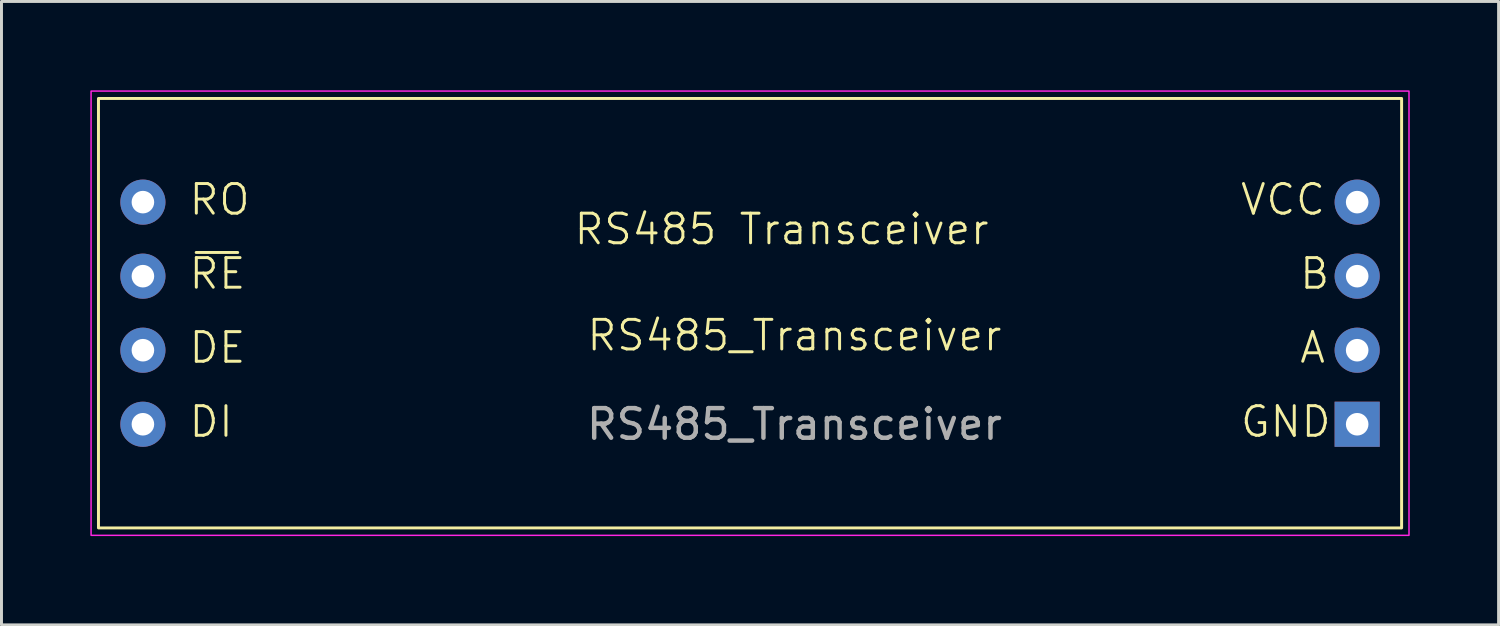
<source format=kicad_pcb>
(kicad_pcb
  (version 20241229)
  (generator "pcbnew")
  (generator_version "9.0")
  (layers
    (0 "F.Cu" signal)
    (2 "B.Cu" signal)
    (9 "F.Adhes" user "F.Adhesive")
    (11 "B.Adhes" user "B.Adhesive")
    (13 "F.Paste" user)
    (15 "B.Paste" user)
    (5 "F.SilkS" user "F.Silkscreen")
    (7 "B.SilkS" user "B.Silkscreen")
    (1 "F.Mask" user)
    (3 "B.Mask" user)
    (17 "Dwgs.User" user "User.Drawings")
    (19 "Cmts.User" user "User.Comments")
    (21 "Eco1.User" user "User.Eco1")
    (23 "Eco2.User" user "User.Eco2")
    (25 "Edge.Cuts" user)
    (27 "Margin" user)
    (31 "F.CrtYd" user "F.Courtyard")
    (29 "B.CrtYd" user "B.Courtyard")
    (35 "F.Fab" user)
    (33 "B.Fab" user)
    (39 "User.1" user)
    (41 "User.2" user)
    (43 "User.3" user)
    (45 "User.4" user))
  (footprint "RS485_Transceiver"
    (layer "F.Cu")
    (at 23.775 8.775)
    (property "Reference" "RS485_Transceiver" (at 0 -0.5 0) (unlocked yes) (layer "F.SilkS") (effects (font (size 1 1) (thickness 0.1))))
    (attr through_hole)
    (fp_line (start -20.2 -3.3) (end -18.8 -3.3) (stroke (width 0.1) (type default)) (layer "F.SilkS"))
    (fp_rect (start -23.5 -8.5) (end 20.5 6) (stroke (width 0.1) (type default)) (fill no) (layer "F.SilkS"))
    (fp_rect (start -23.75 -8.75) (end 20.75 6.25) (stroke (width 0.05) (type default)) (fill no) (layer "F.CrtYd"))
    (fp_text user "DI" (at -20.5 3 0) (unlocked yes) (layer "F.SilkS") (effects (font (size 1 1) (thickness 0.1)) (justify left bottom)))
    (fp_text user "RS485 Transceiver" (at -7.5 -3.5 0) (unlocked yes) (layer "F.SilkS") (effects (font (size 1 1) (thickness 0.1)) (justify left bottom)))
    (fp_text user "RE" (at -20.5 -2 0) (unlocked yes) (layer "F.SilkS") (effects (font (size 1 1) (thickness 0.1)) (justify left bottom)))
    (fp_text user "DE" (at -20.5 0.5 0) (unlocked yes) (layer "F.SilkS") (effects (font (size 1 1) (thickness 0.1)) (justify left bottom)))
    (fp_text user "VCC" (at 15 -4.5 0) (unlocked yes) (layer "F.SilkS") (effects (font (size 1 1) (thickness 0.1)) (justify left bottom)))
    (fp_text user "RO" (at -20.5 -4.5 0) (unlocked yes) (layer "F.SilkS") (effects (font (size 1 1) (thickness 0.1)) (justify left bottom)))
    (fp_text user "A" (at 17 0.5 0) (unlocked yes) (layer "F.SilkS") (effects (font (size 1 1) (thickness 0.1)) (justify left bottom)))
    (fp_text user "B" (at 17 -2 0) (unlocked yes) (layer "F.SilkS") (effects (font (size 1 1) (thickness 0.1)) (justify left bottom)))
    (fp_text user "GND" (at 15 3 0) (unlocked yes) (layer "F.SilkS") (effects (font (size 1 1) (thickness 0.1)) (justify left bottom)))
    (fp_text user "${REFERENCE}" (at 0 2.5 0) (unlocked yes) (layer "F.Fab") (effects (font (size 1 1) (thickness 0.15))))
    (pad "1" thru_hole circle (at -22 -5) (size 1.524 1.524) (drill 0.762) (layers "*.Cu" "*.Mask"))
    (pad "2" thru_hole circle (at -22 -2.5) (size 1.524 1.524) (drill 0.762) (layers "*.Cu" "*.Mask"))
    (pad "3" thru_hole circle (at -22 0) (size 1.524 1.524) (drill 0.762) (layers "*.Cu" "*.Mask"))
    (pad "4" thru_hole circle (at -22 2.5) (size 1.524 1.524) (drill 0.762) (layers "*.Cu" "*.Mask"))
    (pad "5" thru_hole rect (at 19 2.5) (size 1.524 1.524) (drill 0.762) (layers "*.Cu" "*.Mask"))
    (pad "6" thru_hole circle (at 19 0) (size 1.524 1.524) (drill 0.762) (layers "*.Cu" "*.Mask"))
    (pad "7" thru_hole circle (at 19 -2.5) (size 1.524 1.524) (drill 0.762) (layers "*.Cu" "*.Mask"))
    (pad "8" thru_hole circle (at 19 -5) (size 1.524 1.524) (drill 0.762) (layers "*.Cu" "*.Mask")))
  (gr_rect
    (start -3 -3)
    (end 47.55 18.05)
    (stroke (width 0.1) (type default))
    (fill no)
    (layer "Edge.Cuts")))
</source>
